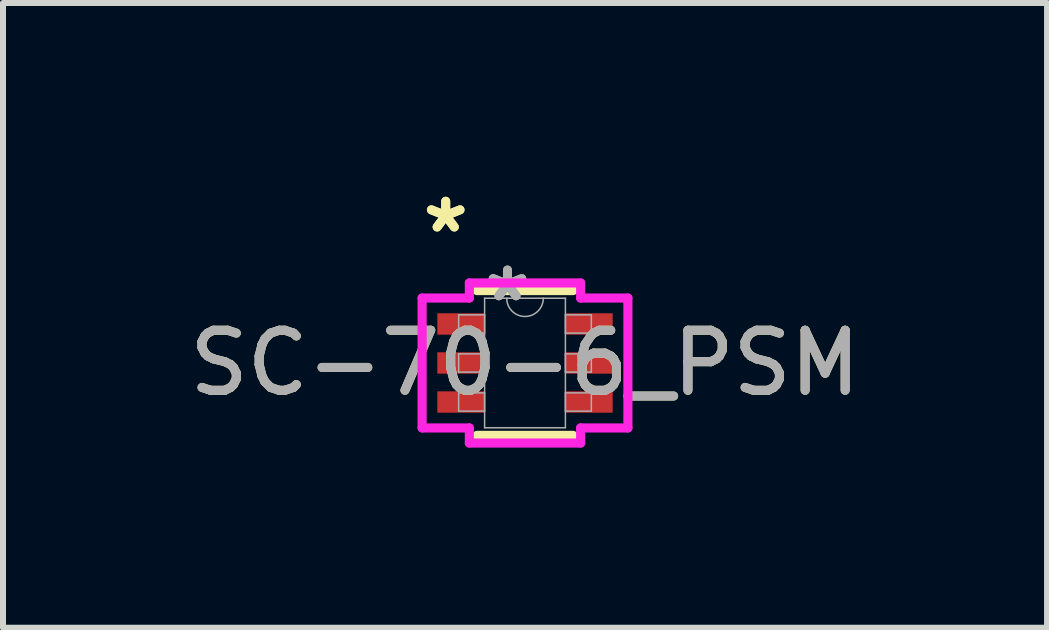
<source format=kicad_pcb>
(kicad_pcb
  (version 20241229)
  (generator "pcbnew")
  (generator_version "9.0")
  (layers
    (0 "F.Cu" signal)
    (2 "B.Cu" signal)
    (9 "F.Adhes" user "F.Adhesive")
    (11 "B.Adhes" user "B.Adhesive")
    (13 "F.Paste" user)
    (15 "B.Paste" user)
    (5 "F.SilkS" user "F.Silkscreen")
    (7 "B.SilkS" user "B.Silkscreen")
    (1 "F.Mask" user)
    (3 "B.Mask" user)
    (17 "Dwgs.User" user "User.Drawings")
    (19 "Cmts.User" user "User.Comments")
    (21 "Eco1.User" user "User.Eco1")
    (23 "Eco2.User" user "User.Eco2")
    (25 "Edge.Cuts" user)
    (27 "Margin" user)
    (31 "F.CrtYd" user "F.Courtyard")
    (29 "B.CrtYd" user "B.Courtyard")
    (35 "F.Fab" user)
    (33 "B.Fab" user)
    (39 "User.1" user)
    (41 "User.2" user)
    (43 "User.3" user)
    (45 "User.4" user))
  (footprint "SC-70-6_PSM"
    (layer "F.Cu")
    (at 5.696 2.997)
    (property "Reference" "SC-70-6_PSM" (at 0 0 0) (unlocked yes) (layer "F.SilkS") (effects (font (size 1 1) (thickness 0.15))))
    (attr smd)
    (fp_line (start -0.8 1.206) (end 0.8 1.206) (stroke (width 0.152) (type solid)) (layer "F.SilkS"))
    (fp_line (start 0.8 -1.206) (end -0.8 -1.206) (stroke (width 0.152) (type solid)) (layer "F.SilkS"))
    (fp_line (start -1.714 -1.082) (end -0.927 -1.082) (stroke (width 0.152) (type solid)) (layer "F.CrtYd"))
    (fp_line (start -1.714 1.082) (end -1.714 -1.082) (stroke (width 0.152) (type solid)) (layer "F.CrtYd"))
    (fp_line (start -1.714 1.082) (end -0.927 1.082) (stroke (width 0.152) (type solid)) (layer "F.CrtYd"))
    (fp_line (start -0.927 -1.333) (end 0.927 -1.333) (stroke (width 0.152) (type solid)) (layer "F.CrtYd"))
    (fp_line (start -0.927 -1.082) (end -0.927 -1.333) (stroke (width 0.152) (type solid)) (layer "F.CrtYd"))
    (fp_line (start -0.927 1.333) (end -0.927 1.082) (stroke (width 0.152) (type solid)) (layer "F.CrtYd"))
    (fp_line (start 0.927 -1.333) (end 0.927 -1.082) (stroke (width 0.152) (type solid)) (layer "F.CrtYd"))
    (fp_line (start 0.927 1.082) (end 0.927 1.333) (stroke (width 0.152) (type solid)) (layer "F.CrtYd"))
    (fp_line (start 0.927 1.333) (end -0.927 1.333) (stroke (width 0.152) (type solid)) (layer "F.CrtYd"))
    (fp_line (start 1.714 -1.082) (end 0.927 -1.082) (stroke (width 0.152) (type solid)) (layer "F.CrtYd"))
    (fp_line (start 1.714 -1.082) (end 1.714 1.082) (stroke (width 0.152) (type solid)) (layer "F.CrtYd"))
    (fp_line (start 1.714 1.082) (end 0.927 1.082) (stroke (width 0.152) (type solid)) (layer "F.CrtYd"))
    (fp_line (start -1.105 -0.802) (end -1.105 -0.498) (stroke (width 0.025) (type solid)) (layer "F.Fab"))
    (fp_line (start -1.105 -0.498) (end -0.673 -0.498) (stroke (width 0.025) (type solid)) (layer "F.Fab"))
    (fp_line (start -1.105 -0.152) (end -1.105 0.152) (stroke (width 0.025) (type solid)) (layer "F.Fab"))
    (fp_line (start -1.105 0.152) (end -0.673 0.152) (stroke (width 0.025) (type solid)) (layer "F.Fab"))
    (fp_line (start -1.105 0.498) (end -1.105 0.802) (stroke (width 0.025) (type solid)) (layer "F.Fab"))
    (fp_line (start -1.105 0.802) (end -0.673 0.802) (stroke (width 0.025) (type solid)) (layer "F.Fab"))
    (fp_line (start -0.673 -1.079) (end -0.673 1.079) (stroke (width 0.025) (type solid)) (layer "F.Fab"))
    (fp_line (start -0.673 -0.802) (end -1.105 -0.802) (stroke (width 0.025) (type solid)) (layer "F.Fab"))
    (fp_line (start -0.673 -0.498) (end -0.673 -0.802) (stroke (width 0.025) (type solid)) (layer "F.Fab"))
    (fp_line (start -0.673 -0.152) (end -1.105 -0.152) (stroke (width 0.025) (type solid)) (layer "F.Fab"))
    (fp_line (start -0.673 0.152) (end -0.673 -0.152) (stroke (width 0.025) (type solid)) (layer "F.Fab"))
    (fp_line (start -0.673 0.498) (end -1.105 0.498) (stroke (width 0.025) (type solid)) (layer "F.Fab"))
    (fp_line (start -0.673 0.802) (end -0.673 0.498) (stroke (width 0.025) (type solid)) (layer "F.Fab"))
    (fp_line (start -0.673 1.079) (end 0.673 1.079) (stroke (width 0.025) (type solid)) (layer "F.Fab"))
    (fp_line (start 0.673 -1.079) (end -0.673 -1.079) (stroke (width 0.025) (type solid)) (layer "F.Fab"))
    (fp_line (start 0.673 -0.802) (end 0.673 -0.498) (stroke (width 0.025) (type solid)) (layer "F.Fab"))
    (fp_line (start 0.673 -0.498) (end 1.105 -0.498) (stroke (width 0.025) (type solid)) (layer "F.Fab"))
    (fp_line (start 0.673 -0.152) (end 0.673 0.152) (stroke (width 0.025) (type solid)) (layer "F.Fab"))
    (fp_line (start 0.673 0.152) (end 1.105 0.152) (stroke (width 0.025) (type solid)) (layer "F.Fab"))
    (fp_line (start 0.673 0.498) (end 0.673 0.802) (stroke (width 0.025) (type solid)) (layer "F.Fab"))
    (fp_line (start 0.673 0.802) (end 1.105 0.802) (stroke (width 0.025) (type solid)) (layer "F.Fab"))
    (fp_line (start 0.673 1.079) (end 0.673 -1.079) (stroke (width 0.025) (type solid)) (layer "F.Fab"))
    (fp_line (start 1.105 -0.802) (end 0.673 -0.802) (stroke (width 0.025) (type solid)) (layer "F.Fab"))
    (fp_line (start 1.105 -0.498) (end 1.105 -0.802) (stroke (width 0.025) (type solid)) (layer "F.Fab"))
    (fp_line (start 1.105 -0.152) (end 0.673 -0.152) (stroke (width 0.025) (type solid)) (layer "F.Fab"))
    (fp_line (start 1.105 0.152) (end 1.105 -0.152) (stroke (width 0.025) (type solid)) (layer "F.Fab"))
    (fp_line (start 1.105 0.498) (end 0.673 0.498) (stroke (width 0.025) (type solid)) (layer "F.Fab"))
    (fp_line (start 1.105 0.802) (end 1.105 0.498) (stroke (width 0.025) (type solid)) (layer "F.Fab"))
    (fp_arc (start 0.3048 -1.0795) (mid 0 -0.7747) (end -0.3048 -1.0795) (stroke (width 0.0254) (type solid)) (layer "F.Fab"))
    (fp_text user "*" (at -1.321 -2.149 0) (unlocked yes) (layer "F.SilkS") (effects (font (size 1 1) (thickness 0.15))))
    (fp_text user "*" (at -1.321 -2.149 0) (layer "F.SilkS") (effects (font (size 1 1) (thickness 0.15))))
    (fp_text user "*" (at -0.292 -1.003 0) (unlocked yes) (layer "F.Fab") (effects (font (size 1 1) (thickness 0.15))))
    (fp_text user "${REFERENCE}" (at 0 0 0) (unlocked yes) (layer "F.Fab") (effects (font (size 1 1) (thickness 0.15))))
    (fp_text user "*" (at -0.292 -1.003 0) (layer "F.Fab") (effects (font (size 1 1) (thickness 0.15))))
    (pad "1" smd rect (at -1.067 -0.65) (size 0.787 0.356) (layers "F.Cu" "F.Mask" "F.Paste"))
    (pad "2" smd rect (at -1.067 0) (size 0.787 0.356) (layers "F.Cu" "F.Mask" "F.Paste"))
    (pad "3" smd rect (at -1.067 0.65) (size 0.787 0.356) (layers "F.Cu" "F.Mask" "F.Paste"))
    (pad "4" smd rect (at 1.067 0.65) (size 0.787 0.356) (layers "F.Cu" "F.Mask" "F.Paste"))
    (pad "5" smd rect (at 1.067 0) (size 0.787 0.356) (layers "F.Cu" "F.Mask" "F.Paste"))
    (pad "6" smd rect (at 1.067 -0.65) (size 0.787 0.356) (layers "F.Cu" "F.Mask" "F.Paste")))
  (gr_rect
    (start -3 -3)
    (end 14.393 7.407)
    (stroke (width 0.1) (type default))
    (fill no)
    (layer "Edge.Cuts")))
</source>
